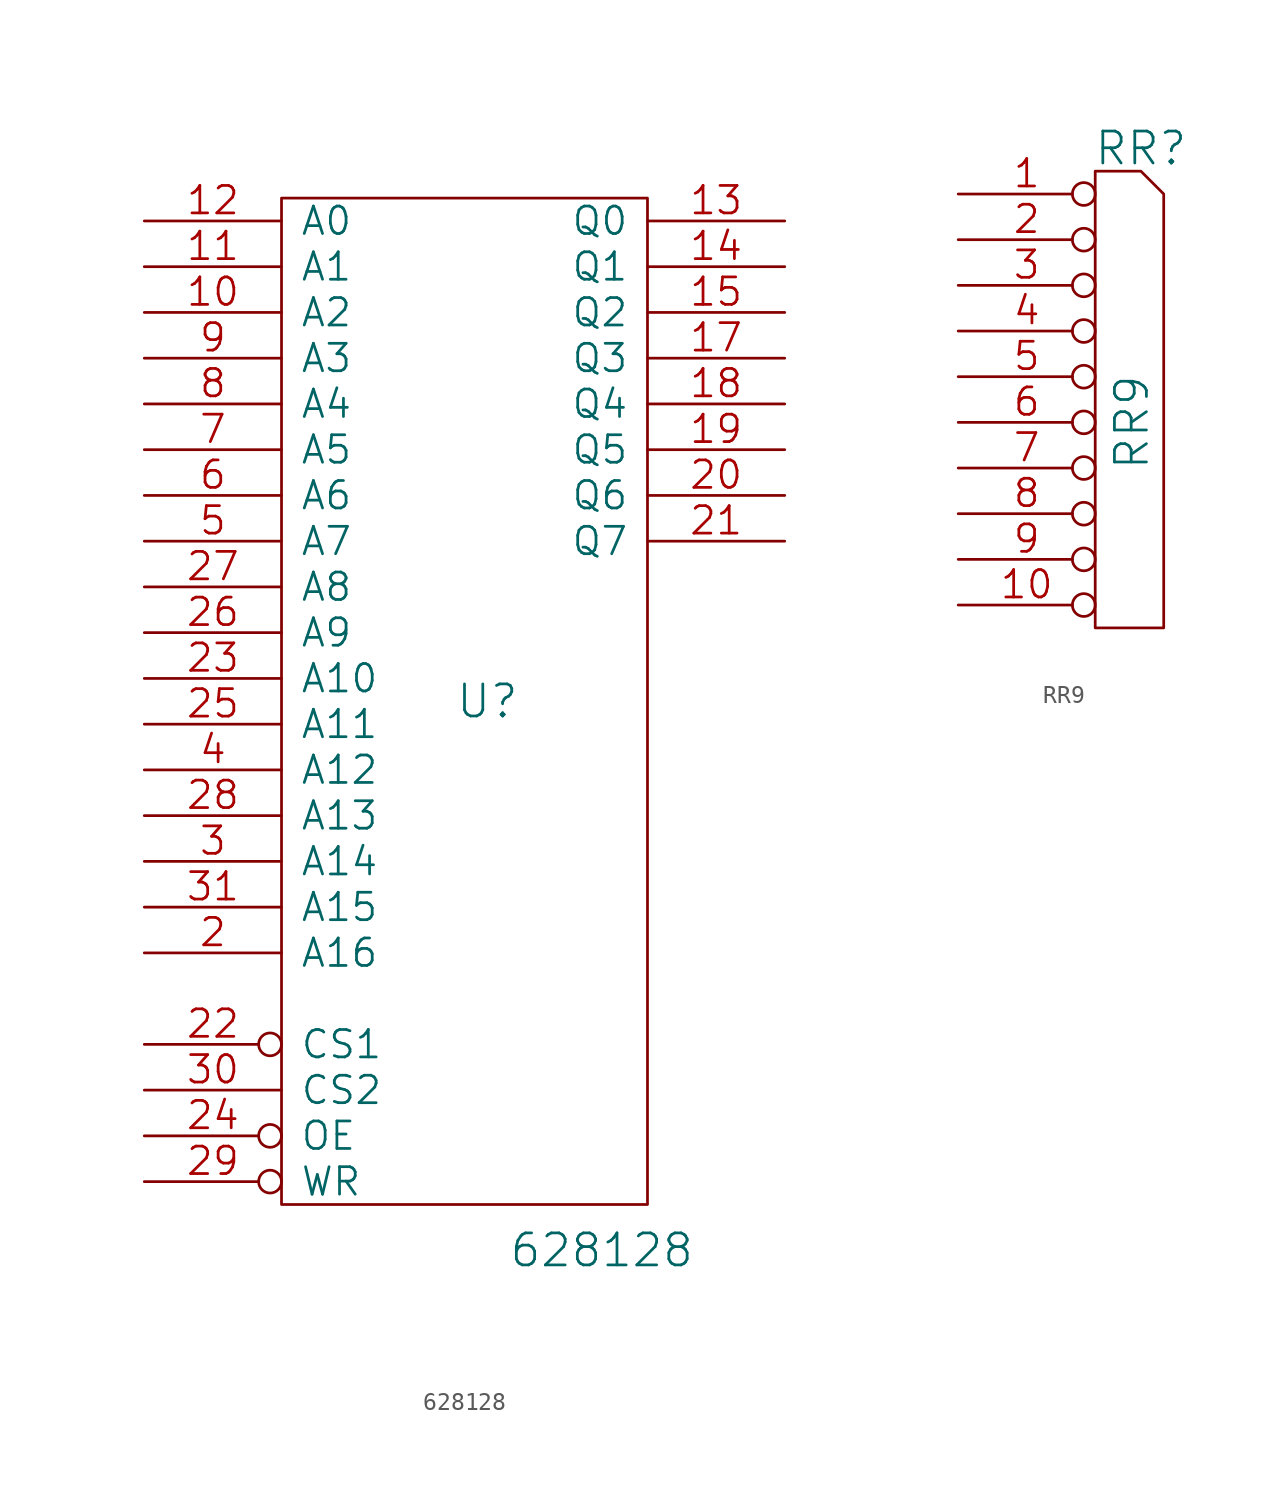
<source format=kicad_sym>
(kicad_symbol_lib
  (version 20241209)
  (generator "kicad_symbol_editor")
  (generator_version "9.0")
  (symbol "628128"
    (pin_names
      (offset 1.016))
    (property "Reference" "U"
      (at 1.27 0 0)
      (effects (font (size 1.778 1.778))))
    (property "Value" "628128"
      (at 7.62 -30.48 0)
      (effects (font (size 1.778 1.778))))
    (property "Footprint" ""
      (at 0 0 0)
      (effects (font (size 1.524 1.524))))
    (property "Datasheet" ""
      (at 0 0 0)
      (effects (font (size 1.524 1.524))))
    (symbol "628128_0_0"
      (pin power_in line (at 0 27.94 270) (length 0) (hide yes) (name "VCC" (effects (font (size 1.524 1.524)))) (number "32" (effects (font (size 1.524 1.524)))))
      (pin power_in line (at 0 -27.94 90) (length 0) (hide yes) (name "GND" (effects (font (size 1.524 1.524)))) (number "16" (effects (font (size 1.524 1.524))))))
    (symbol "628128_0_1"
      (rectangle (start -10.16 27.94) (end 10.16 -27.94) (stroke (width 0) (type default)) (fill (type none))))
    (symbol "628128_1_1"
      (pin input line (at -17.78 26.67 0) (length 7.62) (name "A0" (effects (font (size 1.524 1.524)))) (number "12" (effects (font (size 1.524 1.524)))))
      (pin input line (at -17.78 24.13 0) (length 7.62) (name "A1" (effects (font (size 1.524 1.524)))) (number "11" (effects (font (size 1.524 1.524)))))
      (pin input line (at -17.78 21.59 0) (length 7.62) (name "A2" (effects (font (size 1.524 1.524)))) (number "10" (effects (font (size 1.524 1.524)))))
      (pin input line (at -17.78 19.05 0) (length 7.62) (name "A3" (effects (font (size 1.524 1.524)))) (number "9" (effects (font (size 1.524 1.524)))))
      (pin input line (at -17.78 16.51 0) (length 7.62) (name "A4" (effects (font (size 1.524 1.524)))) (number "8" (effects (font (size 1.524 1.524)))))
      (pin input line (at -17.78 13.97 0) (length 7.62) (name "A5" (effects (font (size 1.524 1.524)))) (number "7" (effects (font (size 1.524 1.524)))))
      (pin input line (at -17.78 11.43 0) (length 7.62) (name "A6" (effects (font (size 1.524 1.524)))) (number "6" (effects (font (size 1.524 1.524)))))
      (pin input line (at -17.78 8.89 0) (length 7.62) (name "A7" (effects (font (size 1.524 1.524)))) (number "5" (effects (font (size 1.524 1.524)))))
      (pin input line (at -17.78 6.35 0) (length 7.62) (name "A8" (effects (font (size 1.524 1.524)))) (number "27" (effects (font (size 1.524 1.524)))))
      (pin input line (at -17.78 3.81 0) (length 7.62) (name "A9" (effects (font (size 1.524 1.524)))) (number "26" (effects (font (size 1.524 1.524)))))
      (pin input line (at -17.78 1.27 0) (length 7.62) (name "A10" (effects (font (size 1.524 1.524)))) (number "23" (effects (font (size 1.524 1.524)))))
      (pin input line (at -17.78 -1.27 0) (length 7.62) (name "A11" (effects (font (size 1.524 1.524)))) (number "25" (effects (font (size 1.524 1.524)))))
      (pin input line (at -17.78 -3.81 0) (length 7.62) (name "A12" (effects (font (size 1.524 1.524)))) (number "4" (effects (font (size 1.524 1.524)))))
      (pin input line (at -17.78 -6.35 0) (length 7.62) (name "A13" (effects (font (size 1.524 1.524)))) (number "28" (effects (font (size 1.524 1.524)))))
      (pin input line (at -17.78 -8.89 0) (length 7.62) (name "A14" (effects (font (size 1.524 1.524)))) (number "3" (effects (font (size 1.524 1.524)))))
      (pin input line (at -17.78 -11.43 0) (length 7.62) (name "A15" (effects (font (size 1.524 1.524)))) (number "31" (effects (font (size 1.524 1.524)))))
      (pin input line (at -17.78 -13.97 0) (length 7.62) (name "A16" (effects (font (size 1.524 1.524)))) (number "2" (effects (font (size 1.524 1.524)))))
      (pin input inverted (at -17.78 -19.05 0) (length 7.62) (name "CS1" (effects (font (size 1.524 1.524)))) (number "22" (effects (font (size 1.524 1.524)))))
      (pin input line (at -17.78 -21.59 0) (length 7.62) (name "CS2" (effects (font (size 1.524 1.524)))) (number "30" (effects (font (size 1.524 1.524)))))
      (pin input inverted (at -17.78 -24.13 0) (length 7.62) (name "OE" (effects (font (size 1.524 1.524)))) (number "24" (effects (font (size 1.524 1.524)))))
      (pin input inverted (at -17.78 -26.67 0) (length 7.62) (name "WR" (effects (font (size 1.524 1.524)))) (number "29" (effects (font (size 1.524 1.524)))))
      (pin tri_state line (at 17.78 26.67 180) (length 7.62) (name "Q0" (effects (font (size 1.524 1.524)))) (number "13" (effects (font (size 1.524 1.524)))))
      (pin tri_state line (at 17.78 24.13 180) (length 7.62) (name "Q1" (effects (font (size 1.524 1.524)))) (number "14" (effects (font (size 1.524 1.524)))))
      (pin tri_state line (at 17.78 21.59 180) (length 7.62) (name "Q2" (effects (font (size 1.524 1.524)))) (number "15" (effects (font (size 1.524 1.524)))))
      (pin tri_state line (at 17.78 19.05 180) (length 7.62) (name "Q3" (effects (font (size 1.524 1.524)))) (number "17" (effects (font (size 1.524 1.524)))))
      (pin tri_state line (at 17.78 16.51 180) (length 7.62) (name "Q4" (effects (font (size 1.524 1.524)))) (number "18" (effects (font (size 1.524 1.524)))))
      (pin tri_state line (at 17.78 13.97 180) (length 7.62) (name "Q5" (effects (font (size 1.524 1.524)))) (number "19" (effects (font (size 1.524 1.524)))))
      (pin tri_state line (at 17.78 11.43 180) (length 7.62) (name "Q6" (effects (font (size 1.524 1.524)))) (number "20" (effects (font (size 1.524 1.524)))))
      (pin tri_state line (at 17.78 8.89 180) (length 7.62) (name "Q7" (effects (font (size 1.524 1.524)))) (number "21" (effects (font (size 1.524 1.524)))))))
  (symbol "RR9"
    (pin_names
      (offset 1.016)
      (hide yes))
    (property "Reference" "RR"
      (at 1.27 15.24 0)
      (effects (font (size 1.778 1.778))))
    (property "Value" "RR9"
      (at 0.762 0 90)
      (effects (font (size 1.778 1.778))))
    (property "Footprint" ""
      (at 0 0 0)
      (effects (font (size 1.524 1.524))))
    (property "Datasheet" ""
      (at 0 0 0)
      (effects (font (size 1.524 1.524))))
    (symbol "RR9_0_1"
      (polyline (pts (xy -1.27 -11.43) (xy -1.27 13.97) (xy 1.27 13.97) (xy 2.54 12.7) (xy 2.54 -11.43) (xy -1.27 -11.43)) (stroke (width 0) (type default)) (fill (type none))))
    (symbol "RR9_1_1"
      (pin passive inverted (at -8.89 12.7 0) (length 7.62) (name "COM" (effects (font (size 1.524 1.524)))) (number "1" (effects (font (size 1.524 1.524)))))
      (pin passive inverted (at -8.89 10.16 0) (length 7.62) (name "2" (effects (font (size 1.524 1.524)))) (number "2" (effects (font (size 1.524 1.524)))))
      (pin passive inverted (at -8.89 7.62 0) (length 7.62) (name "3" (effects (font (size 1.524 1.524)))) (number "3" (effects (font (size 1.524 1.524)))))
      (pin passive inverted (at -8.89 5.08 0) (length 7.62) (name "4" (effects (font (size 1.524 1.524)))) (number "4" (effects (font (size 1.524 1.524)))))
      (pin passive inverted (at -8.89 2.54 0) (length 7.62) (name "5" (effects (font (size 1.524 1.524)))) (number "5" (effects (font (size 1.524 1.524)))))
      (pin passive inverted (at -8.89 0 0) (length 7.62) (name "6" (effects (font (size 1.524 1.524)))) (number "6" (effects (font (size 1.524 1.524)))))
      (pin passive inverted (at -8.89 -2.54 0) (length 7.62) (name "7" (effects (font (size 1.524 1.524)))) (number "7" (effects (font (size 1.524 1.524)))))
      (pin passive inverted (at -8.89 -5.08 0) (length 7.62) (name "8" (effects (font (size 1.524 1.524)))) (number "8" (effects (font (size 1.524 1.524)))))
      (pin passive inverted (at -8.89 -7.62 0) (length 7.62) (name "9" (effects (font (size 1.524 1.524)))) (number "9" (effects (font (size 1.524 1.524)))))
      (pin passive inverted (at -8.89 -10.16 0) (length 7.62) (name "10" (effects (font (size 1.524 1.524)))) (number "10" (effects (font (size 1.524 1.524))))))))
</source>
